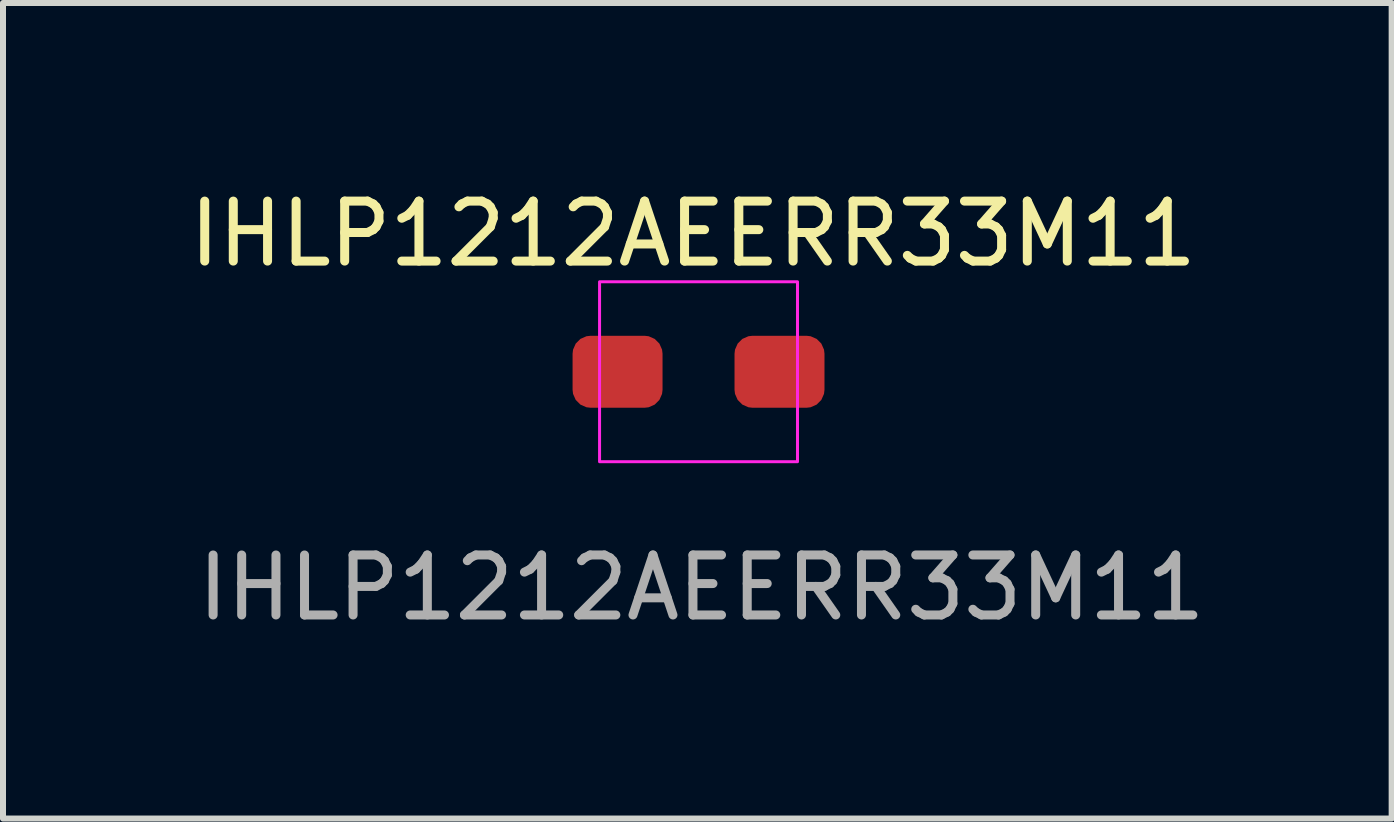
<source format=kicad_pcb>
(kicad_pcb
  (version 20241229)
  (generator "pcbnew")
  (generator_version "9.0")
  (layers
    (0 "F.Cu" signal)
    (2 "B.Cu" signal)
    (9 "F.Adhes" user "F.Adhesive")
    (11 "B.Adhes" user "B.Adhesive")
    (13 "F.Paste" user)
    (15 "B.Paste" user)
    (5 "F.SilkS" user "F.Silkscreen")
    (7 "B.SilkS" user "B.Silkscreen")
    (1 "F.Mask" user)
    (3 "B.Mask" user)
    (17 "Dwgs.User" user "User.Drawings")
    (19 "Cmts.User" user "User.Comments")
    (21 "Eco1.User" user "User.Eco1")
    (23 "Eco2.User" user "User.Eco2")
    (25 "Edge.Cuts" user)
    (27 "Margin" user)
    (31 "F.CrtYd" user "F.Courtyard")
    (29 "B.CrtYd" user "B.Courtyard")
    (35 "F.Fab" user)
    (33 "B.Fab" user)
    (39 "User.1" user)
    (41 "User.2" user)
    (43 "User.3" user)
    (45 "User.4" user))
  (footprint "IHLP1212AEERR33M11"
    (layer "F.Cu")
    (at 8.646 3.148)
    (property "Reference" "IHLP1212AEERR33M11" (at -0.14 -2.3 0) (unlocked yes) (layer "F.SilkS") (effects (font (size 1 1) (thickness 0.15))))
    (attr smd)
    (fp_rect (start -1.7 -1.5) (end 1.6 1.5) (stroke (width 0.05) (type default)) (fill no) (layer "F.CrtYd"))
    (fp_text user "${REFERENCE}" (at 0 3.6 0) (unlocked yes) (layer "F.Fab") (effects (font (size 1 1) (thickness 0.15))))
    (pad "1" smd roundrect (at -1.4 0) (size 1.5 1.2) (layers "F.Cu" "F.Mask" "F.Paste") (roundrect_rratio 0.25))
    (pad "2" smd roundrect (at 1.3 0) (size 1.5 1.2) (layers "F.Cu" "F.Mask" "F.Paste") (roundrect_rratio 0.25)))
  (gr_rect
    (start -3 -3)
    (end 20.152 10.597)
    (stroke (width 0.1) (type default))
    (fill no)
    (layer "Edge.Cuts")))
</source>
